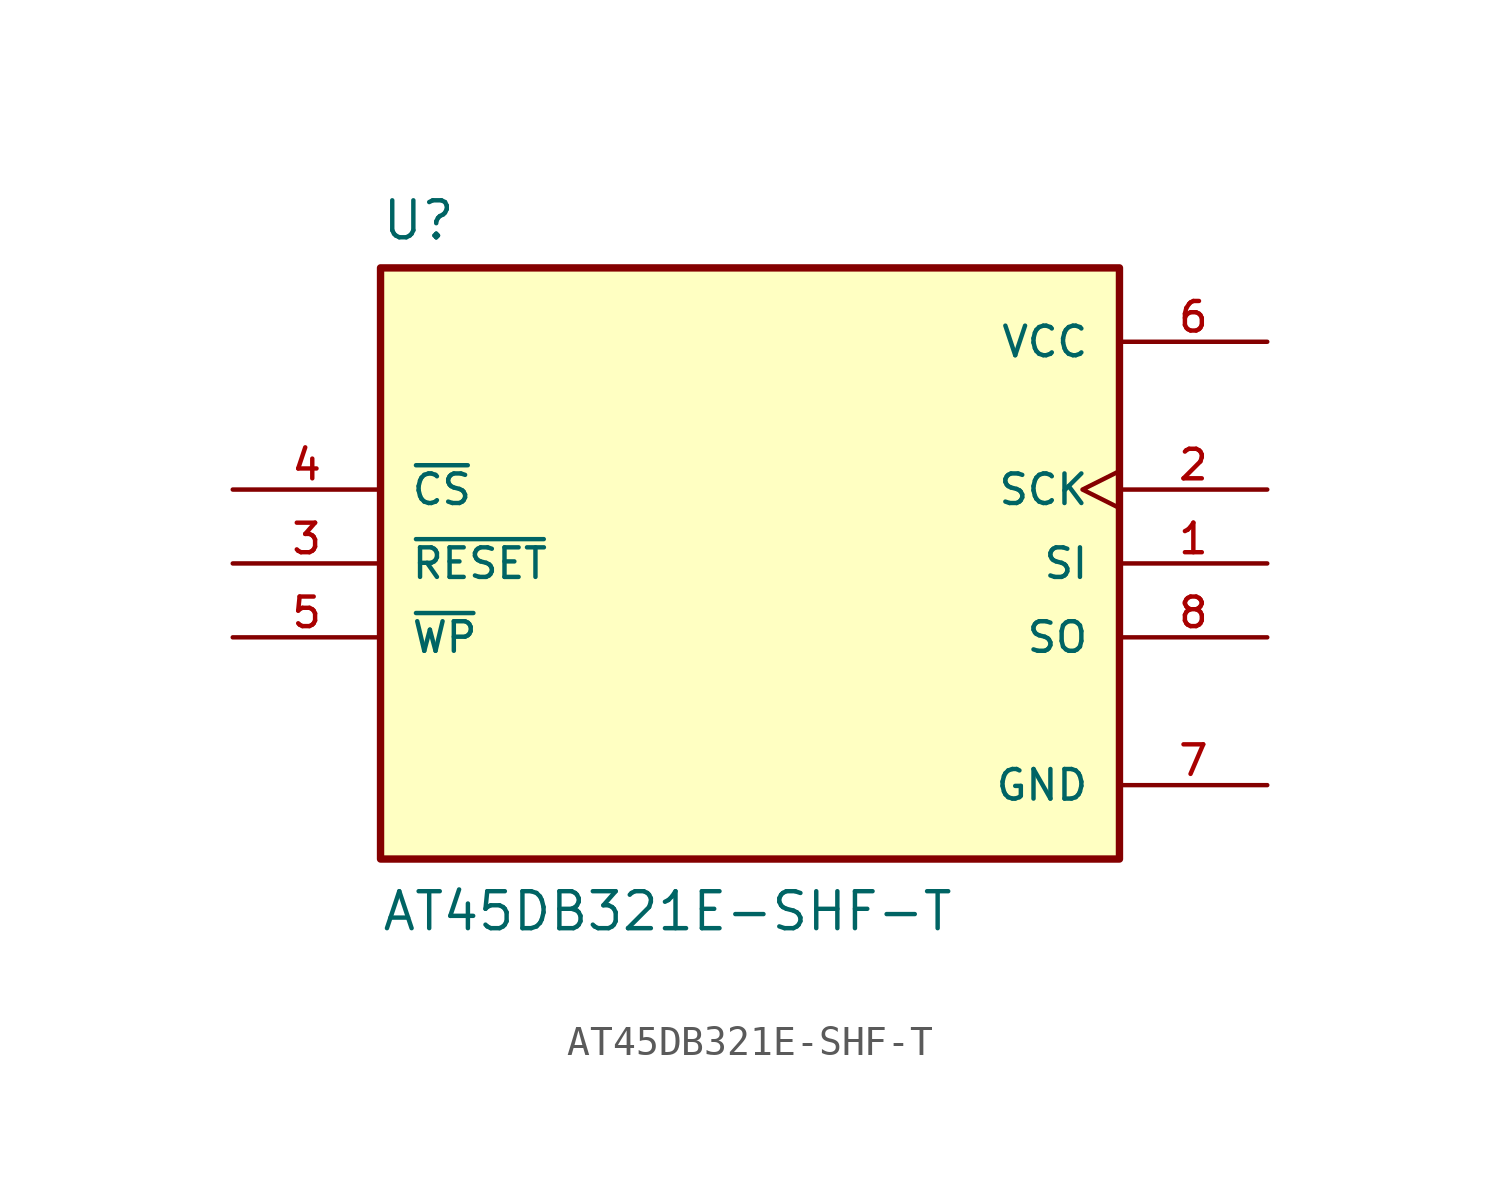
<source format=kicad_sym>
(kicad_symbol_lib
  (version 20211014)
  (generator kicad_symbol_editor)
  (symbol "AT45DB321E-SHF-T"
    (pin_names
      (offset 1.016))
    (property "Reference" "U"
      (at -12.7 11.049 0.0)
      (effects (font (size 1.27 1.27)) (justify bottom left)))
    (property "Value" "AT45DB321E-SHF-T"
      (at -12.7 -12.7 0.0)
      (effects (font (size 1.27 1.27)) (justify bottom left)))
    (symbol "AT45DB321E-SHF-T_0_0"
      (rectangle (start -12.7 -10.16) (end 12.7 10.16) (stroke (width 0.254)) (fill (type background)))
      (pin input line (at -17.78 2.54 0) (length 5.08) (name "~{CS}" (effects (font (size 1.016 1.016)))) (number "4" (effects (font (size 1.016 1.016)))))
      (pin input line (at -17.78 0.0 0) (length 5.08) (name "~{RESET}" (effects (font (size 1.016 1.016)))) (number "3" (effects (font (size 1.016 1.016)))))
      (pin input line (at -17.78 -2.54 0) (length 5.08) (name "~{WP}" (effects (font (size 1.016 1.016)))) (number "5" (effects (font (size 1.016 1.016)))))
      (pin input clock (at 17.78 2.54 180.0) (length 5.08) (name "SCK" (effects (font (size 1.016 1.016)))) (number "2" (effects (font (size 1.016 1.016)))))
      (pin input line (at 17.78 0.0 180.0) (length 5.08) (name "SI" (effects (font (size 1.016 1.016)))) (number "1" (effects (font (size 1.016 1.016)))))
      (pin power_in line (at 17.78 7.62 180.0) (length 5.08) (name "VCC" (effects (font (size 1.016 1.016)))) (number "6" (effects (font (size 1.016 1.016)))))
      (pin output line (at 17.78 -2.54 180.0) (length 5.08) (name "SO" (effects (font (size 1.016 1.016)))) (number "8" (effects (font (size 1.016 1.016)))))
      (pin power_in line (at 17.78 -7.62 180.0) (length 5.08) (name "GND" (effects (font (size 1.016 1.016)))) (number "7" (effects (font (size 1.016 1.016))))))))
</source>
